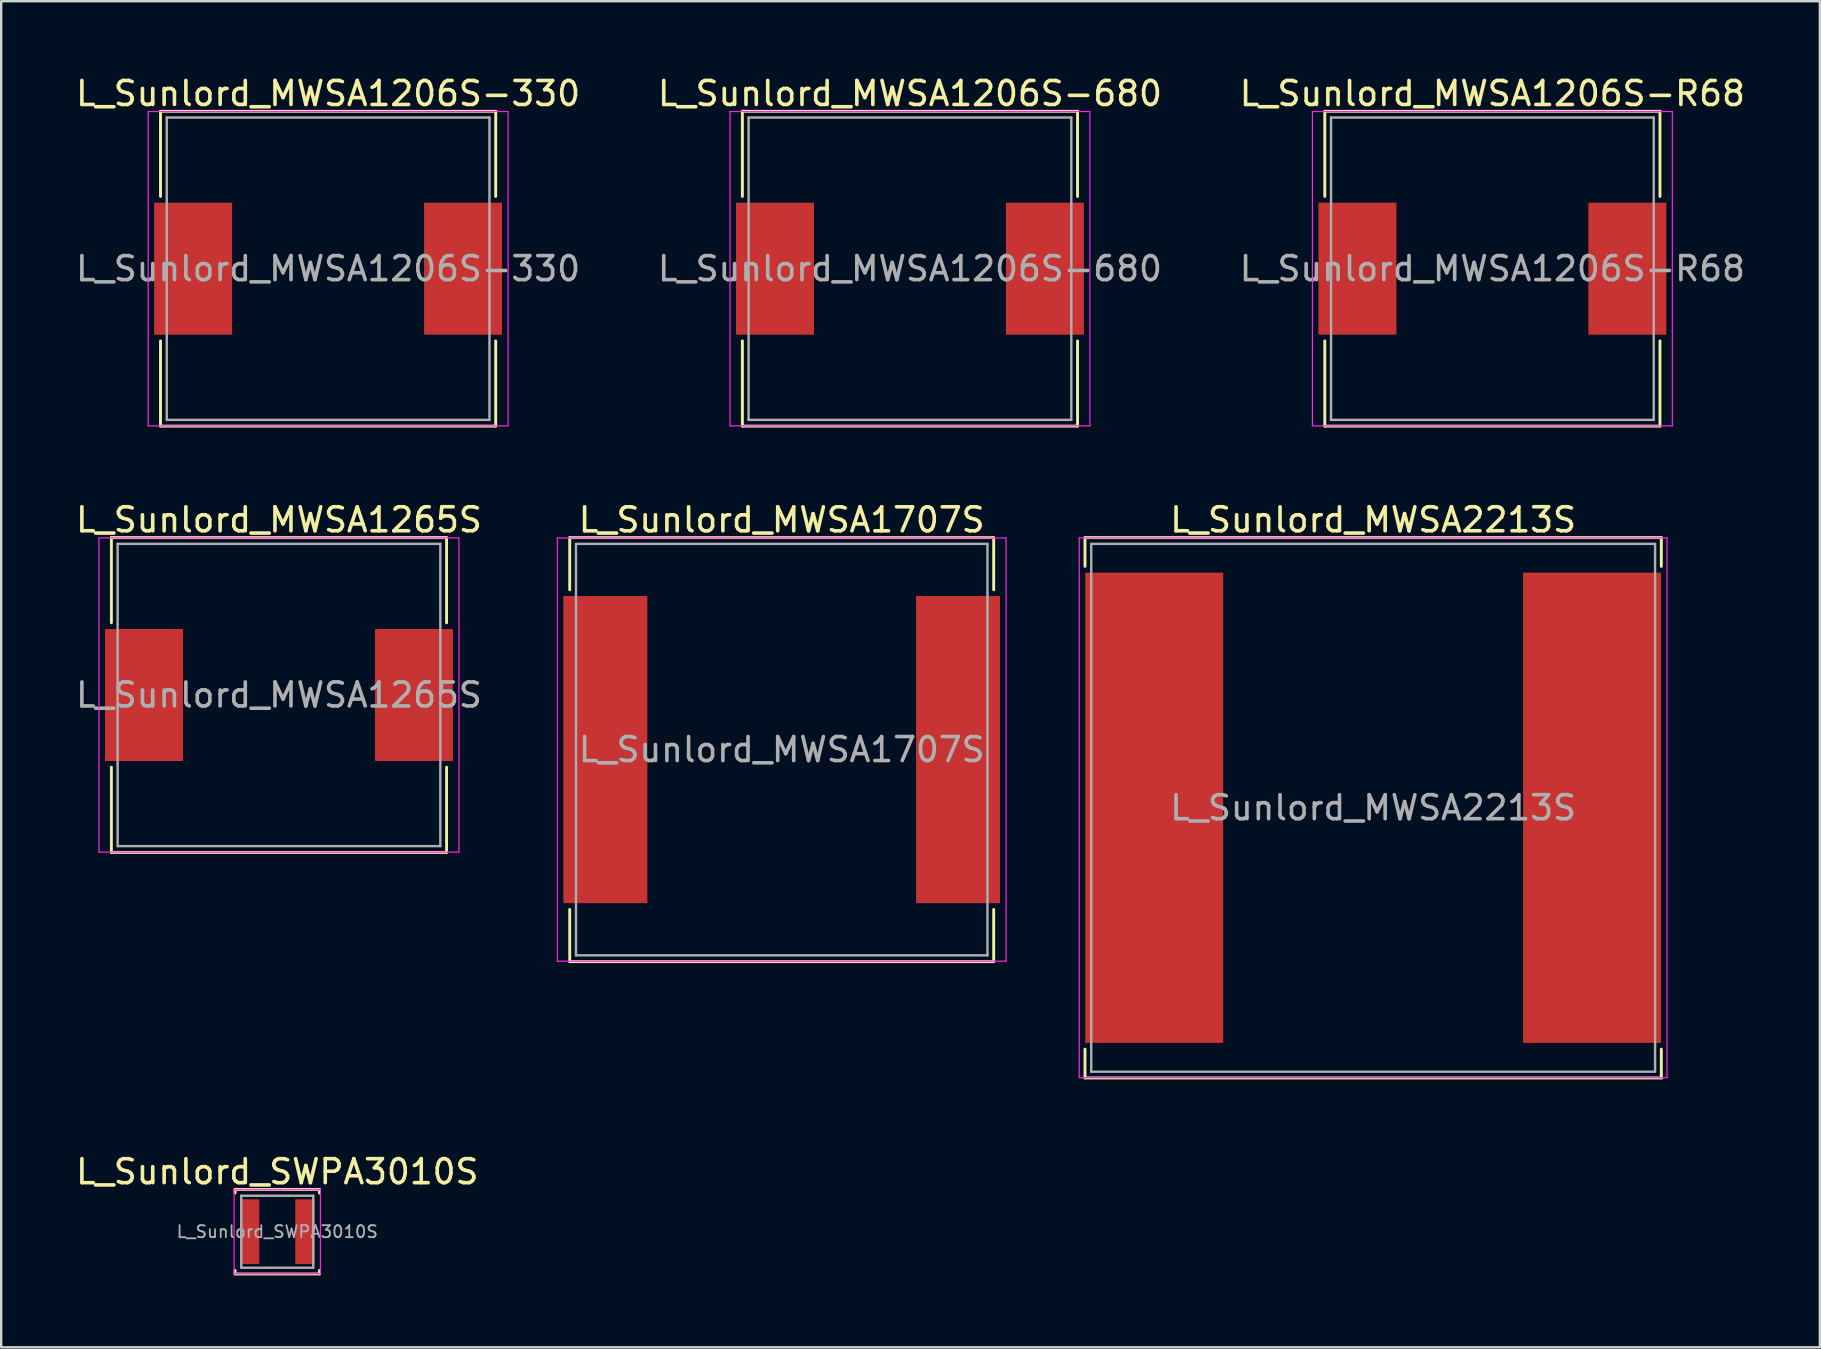
<source format=kicad_pcb>
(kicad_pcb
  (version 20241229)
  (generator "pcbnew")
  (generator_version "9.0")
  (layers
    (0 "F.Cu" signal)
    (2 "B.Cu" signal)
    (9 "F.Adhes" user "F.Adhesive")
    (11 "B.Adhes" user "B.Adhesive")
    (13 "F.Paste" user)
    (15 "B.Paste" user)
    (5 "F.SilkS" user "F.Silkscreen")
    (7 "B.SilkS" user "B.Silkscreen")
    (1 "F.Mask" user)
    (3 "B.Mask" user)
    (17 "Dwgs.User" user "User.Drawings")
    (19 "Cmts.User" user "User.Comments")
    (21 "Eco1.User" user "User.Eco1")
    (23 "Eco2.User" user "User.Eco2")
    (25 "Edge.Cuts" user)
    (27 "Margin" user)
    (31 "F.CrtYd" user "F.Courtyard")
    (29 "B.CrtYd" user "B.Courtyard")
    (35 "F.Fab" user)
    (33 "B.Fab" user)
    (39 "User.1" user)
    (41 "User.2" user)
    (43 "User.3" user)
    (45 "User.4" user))
  (footprint "L_Sunlord_MWSA1265S"
    (layer "F.Cu")
    (at 8.577 25.916)
    (property "Reference" "L_Sunlord_MWSA1265S" (at 0 -7.3 0) (layer "F.SilkS") (effects (font (size 1 1) (thickness 0.15))))
    (attr smd)
    (fp_line (start -6.985 -6.56) (end -6.985 -3.01) (stroke (width 0.12) (type solid)) (layer "F.SilkS"))
    (fp_line (start -6.985 -6.56) (end 6.985 -6.56) (stroke (width 0.12) (type solid)) (layer "F.SilkS"))
    (fp_line (start -6.985 6.56) (end -6.985 3.01) (stroke (width 0.12) (type solid)) (layer "F.SilkS"))
    (fp_line (start -6.985 6.56) (end 6.985 6.56) (stroke (width 0.12) (type solid)) (layer "F.SilkS"))
    (fp_line (start 6.985 -6.56) (end 6.985 -3.01) (stroke (width 0.12) (type solid)) (layer "F.SilkS"))
    (fp_line (start 6.985 6.56) (end 6.985 3.01) (stroke (width 0.12) (type solid)) (layer "F.SilkS"))
    (fp_line (start -7.5 -6.55) (end -7.5 6.55) (stroke (width 0.05) (type solid)) (layer "F.CrtYd"))
    (fp_line (start -7.5 6.55) (end 7.5 6.55) (stroke (width 0.05) (type solid)) (layer "F.CrtYd"))
    (fp_line (start 7.5 -6.55) (end -7.5 -6.55) (stroke (width 0.05) (type solid)) (layer "F.CrtYd"))
    (fp_line (start 7.5 6.55) (end 7.5 -6.55) (stroke (width 0.05) (type solid)) (layer "F.CrtYd"))
    (fp_line (start -6.725 -6.3) (end -6.725 6.3) (stroke (width 0.1) (type solid)) (layer "F.Fab"))
    (fp_line (start -6.725 6.3) (end 6.725 6.3) (stroke (width 0.1) (type solid)) (layer "F.Fab"))
    (fp_line (start 6.725 -6.3) (end -6.725 -6.3) (stroke (width 0.1) (type solid)) (layer "F.Fab"))
    (fp_line (start 6.725 6.3) (end 6.725 -6.3) (stroke (width 0.1) (type solid)) (layer "F.Fab"))
    (fp_text user "${REFERENCE}" (at 0 0 0) (layer "F.Fab") (effects (font (size 1 1) (thickness 0.15))))
    (pad "1" smd rect (at -5.625 0) (size 3.25 5.5) (layers "F.Cu" "F.Mask" "F.Paste"))
    (pad "2" smd rect (at 5.625 0) (size 3.25 5.5) (layers "F.Cu" "F.Mask" "F.Paste")))
  (footprint "L_Sunlord_MWSA1206S-680"
    (layer "F.Cu")
    (at 34.875 8.148)
    (property "Reference" "L_Sunlord_MWSA1206S-680" (at 0 -7.3 0) (layer "F.SilkS") (effects (font (size 1 1) (thickness 0.15))))
    (attr smd)
    (fp_line (start -6.985 -6.56) (end -6.985 -3.01) (stroke (width 0.12) (type solid)) (layer "F.SilkS"))
    (fp_line (start -6.985 -6.56) (end 6.985 -6.56) (stroke (width 0.12) (type solid)) (layer "F.SilkS"))
    (fp_line (start -6.985 6.56) (end -6.985 3.01) (stroke (width 0.12) (type solid)) (layer "F.SilkS"))
    (fp_line (start -6.985 6.56) (end 6.985 6.56) (stroke (width 0.12) (type solid)) (layer "F.SilkS"))
    (fp_line (start 6.985 -6.56) (end 6.985 -3.01) (stroke (width 0.12) (type solid)) (layer "F.SilkS"))
    (fp_line (start 6.985 6.56) (end 6.985 3.01) (stroke (width 0.12) (type solid)) (layer "F.SilkS"))
    (fp_line (start -7.5 -6.55) (end -7.5 6.55) (stroke (width 0.05) (type solid)) (layer "F.CrtYd"))
    (fp_line (start -7.5 6.55) (end 7.5 6.55) (stroke (width 0.05) (type solid)) (layer "F.CrtYd"))
    (fp_line (start 7.5 -6.55) (end -7.5 -6.55) (stroke (width 0.05) (type solid)) (layer "F.CrtYd"))
    (fp_line (start 7.5 6.55) (end 7.5 -6.55) (stroke (width 0.05) (type solid)) (layer "F.CrtYd"))
    (fp_line (start -6.725 -6.3) (end -6.725 6.3) (stroke (width 0.1) (type solid)) (layer "F.Fab"))
    (fp_line (start -6.725 6.3) (end 6.725 6.3) (stroke (width 0.1) (type solid)) (layer "F.Fab"))
    (fp_line (start 6.725 -6.3) (end -6.725 -6.3) (stroke (width 0.1) (type solid)) (layer "F.Fab"))
    (fp_line (start 6.725 6.3) (end 6.725 -6.3) (stroke (width 0.1) (type solid)) (layer "F.Fab"))
    (fp_text user "${REFERENCE}" (at 0 0 0) (layer "F.Fab") (effects (font (size 1 1) (thickness 0.15))))
    (pad "1" smd rect (at -5.625 0) (size 3.25 5.5) (layers "F.Cu" "F.Mask" "F.Paste"))
    (pad "2" smd rect (at 5.625 0) (size 3.25 5.5) (layers "F.Cu" "F.Mask" "F.Paste")))
  (footprint "L_Sunlord_MWSA1707S"
    (layer "F.Cu")
    (at 29.53 28.192)
    (property "Reference" "L_Sunlord_MWSA1707S" (at 0 -9.575 0) (layer "F.SilkS") (effects (font (size 1 1) (thickness 0.15))))
    (attr smd)
    (fp_line (start -8.835 -8.835) (end -8.835 -6.66) (stroke (width 0.12) (type solid)) (layer "F.SilkS"))
    (fp_line (start -8.835 -8.835) (end 8.835 -8.835) (stroke (width 0.12) (type solid)) (layer "F.SilkS"))
    (fp_line (start -8.835 8.835) (end -8.835 6.66) (stroke (width 0.12) (type solid)) (layer "F.SilkS"))
    (fp_line (start -8.835 8.835) (end 8.835 8.835) (stroke (width 0.12) (type solid)) (layer "F.SilkS"))
    (fp_line (start 8.835 -8.835) (end 8.835 -6.66) (stroke (width 0.12) (type solid)) (layer "F.SilkS"))
    (fp_line (start 8.835 8.835) (end 8.835 6.66) (stroke (width 0.12) (type solid)) (layer "F.SilkS"))
    (fp_line (start -9.35 -8.82) (end -9.35 8.82) (stroke (width 0.05) (type solid)) (layer "F.CrtYd"))
    (fp_line (start -9.35 8.82) (end 9.35 8.82) (stroke (width 0.05) (type solid)) (layer "F.CrtYd"))
    (fp_line (start 9.35 -8.82) (end -9.35 -8.82) (stroke (width 0.05) (type solid)) (layer "F.CrtYd"))
    (fp_line (start 9.35 8.82) (end 9.35 -8.82) (stroke (width 0.05) (type solid)) (layer "F.CrtYd"))
    (fp_line (start -8.575 -8.575) (end -8.575 8.575) (stroke (width 0.1) (type solid)) (layer "F.Fab"))
    (fp_line (start -8.575 8.575) (end 8.575 8.575) (stroke (width 0.1) (type solid)) (layer "F.Fab"))
    (fp_line (start 8.575 -8.575) (end -8.575 -8.575) (stroke (width 0.1) (type solid)) (layer "F.Fab"))
    (fp_line (start 8.575 8.575) (end 8.575 -8.575) (stroke (width 0.1) (type solid)) (layer "F.Fab"))
    (fp_text user "${REFERENCE}" (at 0 0 0) (layer "F.Fab") (effects (font (size 1 1) (thickness 0.15))))
    (pad "1" smd rect (at -7.35 0) (size 3.5 12.8) (layers "F.Cu" "F.Mask" "F.Paste"))
    (pad "2" smd rect (at 7.35 0) (size 3.5 12.8) (layers "F.Cu" "F.Mask" "F.Paste")))
  (footprint "L_Sunlord_MWSA1206S-R68"
    (layer "F.Cu")
    (at 59.149 8.148)
    (property "Reference" "L_Sunlord_MWSA1206S-R68" (at 0 -7.3 0) (layer "F.SilkS") (effects (font (size 1 1) (thickness 0.15))))
    (attr smd)
    (fp_line (start -6.985 -6.56) (end -6.985 -3.01) (stroke (width 0.12) (type solid)) (layer "F.SilkS"))
    (fp_line (start -6.985 -6.56) (end 6.985 -6.56) (stroke (width 0.12) (type solid)) (layer "F.SilkS"))
    (fp_line (start -6.985 6.56) (end -6.985 3.01) (stroke (width 0.12) (type solid)) (layer "F.SilkS"))
    (fp_line (start -6.985 6.56) (end 6.985 6.56) (stroke (width 0.12) (type solid)) (layer "F.SilkS"))
    (fp_line (start 6.985 -6.56) (end 6.985 -3.01) (stroke (width 0.12) (type solid)) (layer "F.SilkS"))
    (fp_line (start 6.985 6.56) (end 6.985 3.01) (stroke (width 0.12) (type solid)) (layer "F.SilkS"))
    (fp_line (start -7.5 -6.55) (end -7.5 6.55) (stroke (width 0.05) (type solid)) (layer "F.CrtYd"))
    (fp_line (start -7.5 6.55) (end 7.5 6.55) (stroke (width 0.05) (type solid)) (layer "F.CrtYd"))
    (fp_line (start 7.5 -6.55) (end -7.5 -6.55) (stroke (width 0.05) (type solid)) (layer "F.CrtYd"))
    (fp_line (start 7.5 6.55) (end 7.5 -6.55) (stroke (width 0.05) (type solid)) (layer "F.CrtYd"))
    (fp_line (start -6.725 -6.3) (end -6.725 6.3) (stroke (width 0.1) (type solid)) (layer "F.Fab"))
    (fp_line (start -6.725 6.3) (end 6.725 6.3) (stroke (width 0.1) (type solid)) (layer "F.Fab"))
    (fp_line (start 6.725 -6.3) (end -6.725 -6.3) (stroke (width 0.1) (type solid)) (layer "F.Fab"))
    (fp_line (start 6.725 6.3) (end 6.725 -6.3) (stroke (width 0.1) (type solid)) (layer "F.Fab"))
    (fp_text user "${REFERENCE}" (at 0 0 0) (layer "F.Fab") (effects (font (size 1 1) (thickness 0.15))))
    (pad "1" smd rect (at -5.625 0) (size 3.25 5.5) (layers "F.Cu" "F.Mask" "F.Paste"))
    (pad "2" smd rect (at 5.625 0) (size 3.25 5.5) (layers "F.Cu" "F.Mask" "F.Paste")))
  (footprint "L_Sunlord_MWSA2213S"
    (layer "F.Cu")
    (at 54.18 30.616)
    (property "Reference" "L_Sunlord_MWSA2213S" (at 0 -12 0) (layer "F.SilkS") (effects (font (size 1 1) (thickness 0.15))))
    (attr smd)
    (fp_line (start -12.01 -11.26) (end -12.01 -10.06) (stroke (width 0.12) (type solid)) (layer "F.SilkS"))
    (fp_line (start -12.01 -11.26) (end 12.01 -11.26) (stroke (width 0.12) (type solid)) (layer "F.SilkS"))
    (fp_line (start -12.01 11.26) (end -12.01 10.06) (stroke (width 0.12) (type solid)) (layer "F.SilkS"))
    (fp_line (start -12.01 11.26) (end 12.01 11.26) (stroke (width 0.12) (type solid)) (layer "F.SilkS"))
    (fp_line (start 12.01 -11.26) (end 12.01 -10.06) (stroke (width 0.12) (type solid)) (layer "F.SilkS"))
    (fp_line (start 12.01 11.26) (end 12.01 10.06) (stroke (width 0.12) (type solid)) (layer "F.SilkS"))
    (fp_line (start -12.25 -11.25) (end -12.25 11.25) (stroke (width 0.05) (type solid)) (layer "F.CrtYd"))
    (fp_line (start -12.25 11.25) (end 12.25 11.25) (stroke (width 0.05) (type solid)) (layer "F.CrtYd"))
    (fp_line (start 12.25 -11.25) (end -12.25 -11.25) (stroke (width 0.05) (type solid)) (layer "F.CrtYd"))
    (fp_line (start 12.25 11.25) (end 12.25 -11.25) (stroke (width 0.05) (type solid)) (layer "F.CrtYd"))
    (fp_line (start -11.75 -11) (end -11.75 11) (stroke (width 0.1) (type solid)) (layer "F.Fab"))
    (fp_line (start -11.75 11) (end 11.75 11) (stroke (width 0.1) (type solid)) (layer "F.Fab"))
    (fp_line (start 11.75 -11) (end -11.75 -11) (stroke (width 0.1) (type solid)) (layer "F.Fab"))
    (fp_line (start 11.75 11) (end 11.75 -11) (stroke (width 0.1) (type solid)) (layer "F.Fab"))
    (fp_text user "${REFERENCE}" (at 0 0 0) (layer "F.Fab") (effects (font (size 1 1) (thickness 0.15))))
    (pad "1" smd rect (at -9.125 0) (size 5.75 19.6) (layers "F.Cu" "F.Mask" "F.Paste"))
    (pad "2" smd rect (at 9.125 0) (size 5.75 19.6) (layers "F.Cu" "F.Mask" "F.Paste")))
  (footprint "L_Sunlord_MWSA1206S-330"
    (layer "F.Cu")
    (at 10.625 8.148)
    (property "Reference" "L_Sunlord_MWSA1206S-330" (at 0 -7.3 0) (layer "F.SilkS") (effects (font (size 1 1) (thickness 0.15))))
    (attr smd)
    (fp_line (start -6.985 -6.56) (end -6.985 -3.01) (stroke (width 0.12) (type solid)) (layer "F.SilkS"))
    (fp_line (start -6.985 -6.56) (end 6.985 -6.56) (stroke (width 0.12) (type solid)) (layer "F.SilkS"))
    (fp_line (start -6.985 6.56) (end -6.985 3.01) (stroke (width 0.12) (type solid)) (layer "F.SilkS"))
    (fp_line (start -6.985 6.56) (end 6.985 6.56) (stroke (width 0.12) (type solid)) (layer "F.SilkS"))
    (fp_line (start 6.985 -6.56) (end 6.985 -3.01) (stroke (width 0.12) (type solid)) (layer "F.SilkS"))
    (fp_line (start 6.985 6.56) (end 6.985 3.01) (stroke (width 0.12) (type solid)) (layer "F.SilkS"))
    (fp_line (start -7.5 -6.55) (end -7.5 6.55) (stroke (width 0.05) (type solid)) (layer "F.CrtYd"))
    (fp_line (start -7.5 6.55) (end 7.5 6.55) (stroke (width 0.05) (type solid)) (layer "F.CrtYd"))
    (fp_line (start 7.5 -6.55) (end -7.5 -6.55) (stroke (width 0.05) (type solid)) (layer "F.CrtYd"))
    (fp_line (start 7.5 6.55) (end 7.5 -6.55) (stroke (width 0.05) (type solid)) (layer "F.CrtYd"))
    (fp_line (start -6.725 -6.3) (end -6.725 6.3) (stroke (width 0.1) (type solid)) (layer "F.Fab"))
    (fp_line (start -6.725 6.3) (end 6.725 6.3) (stroke (width 0.1) (type solid)) (layer "F.Fab"))
    (fp_line (start 6.725 -6.3) (end -6.725 -6.3) (stroke (width 0.1) (type solid)) (layer "F.Fab"))
    (fp_line (start 6.725 6.3) (end 6.725 -6.3) (stroke (width 0.1) (type solid)) (layer "F.Fab"))
    (fp_text user "${REFERENCE}" (at 0 0 0) (layer "F.Fab") (effects (font (size 1 1) (thickness 0.15))))
    (pad "1" smd rect (at -5.625 0) (size 3.25 5.5) (layers "F.Cu" "F.Mask" "F.Paste"))
    (pad "2" smd rect (at 5.625 0) (size 3.25 5.5) (layers "F.Cu" "F.Mask" "F.Paste")))
  (footprint "L_Sunlord_SWPA3010S"
    (layer "F.Cu")
    (at 8.506 48.285)
    (property "Reference" "L_Sunlord_SWPA3010S" (at 0 -2.5 0) (layer "F.SilkS") (effects (font (size 1 1) (thickness 0.15))))
    (attr smd)
    (fp_line (start -1.76 -1.76) (end -1.76 -1.61) (stroke (width 0.12) (type solid)) (layer "F.SilkS"))
    (fp_line (start -1.76 -1.76) (end 1.76 -1.76) (stroke (width 0.12) (type solid)) (layer "F.SilkS"))
    (fp_line (start -1.76 1.76) (end -1.76 1.61) (stroke (width 0.12) (type solid)) (layer "F.SilkS"))
    (fp_line (start -1.76 1.76) (end 1.76 1.76) (stroke (width 0.12) (type solid)) (layer "F.SilkS"))
    (fp_line (start 1.76 -1.76) (end 1.76 -1.61) (stroke (width 0.12) (type solid)) (layer "F.SilkS"))
    (fp_line (start 1.76 1.76) (end 1.76 1.61) (stroke (width 0.12) (type solid)) (layer "F.SilkS"))
    (fp_line (start -1.8 -1.75) (end -1.8 1.75) (stroke (width 0.05) (type solid)) (layer "F.CrtYd"))
    (fp_line (start -1.8 1.75) (end 1.8 1.75) (stroke (width 0.05) (type solid)) (layer "F.CrtYd"))
    (fp_line (start 1.8 -1.75) (end -1.8 -1.75) (stroke (width 0.05) (type solid)) (layer "F.CrtYd"))
    (fp_line (start 1.8 1.75) (end 1.8 -1.75) (stroke (width 0.05) (type solid)) (layer "F.CrtYd"))
    (fp_line (start -1.5 -1.5) (end -1.5 1.5) (stroke (width 0.1) (type solid)) (layer "F.Fab"))
    (fp_line (start -1.5 1.5) (end 1.5 1.5) (stroke (width 0.1) (type solid)) (layer "F.Fab"))
    (fp_line (start 1.5 -1.5) (end -1.5 -1.5) (stroke (width 0.1) (type solid)) (layer "F.Fab"))
    (fp_line (start 1.5 1.5) (end 1.5 -1.5) (stroke (width 0.1) (type solid)) (layer "F.Fab"))
    (fp_text user "${REFERENCE}" (at 0 0 0) (layer "F.Fab") (effects (font (size 0.5 0.5) (thickness 0.075))))
    (pad "1" smd rect (at -1.15 0) (size 0.8 2.7) (layers "F.Cu" "F.Mask" "F.Paste"))
    (pad "2" smd rect (at 1.15 0) (size 0.8 2.7) (layers "F.Cu" "F.Mask" "F.Paste")))
  (gr_rect
    (start -3 -3)
    (end 72.798 53.105)
    (stroke (width 0.1) (type default))
    (fill no)
    (layer "Edge.Cuts")))
</source>
